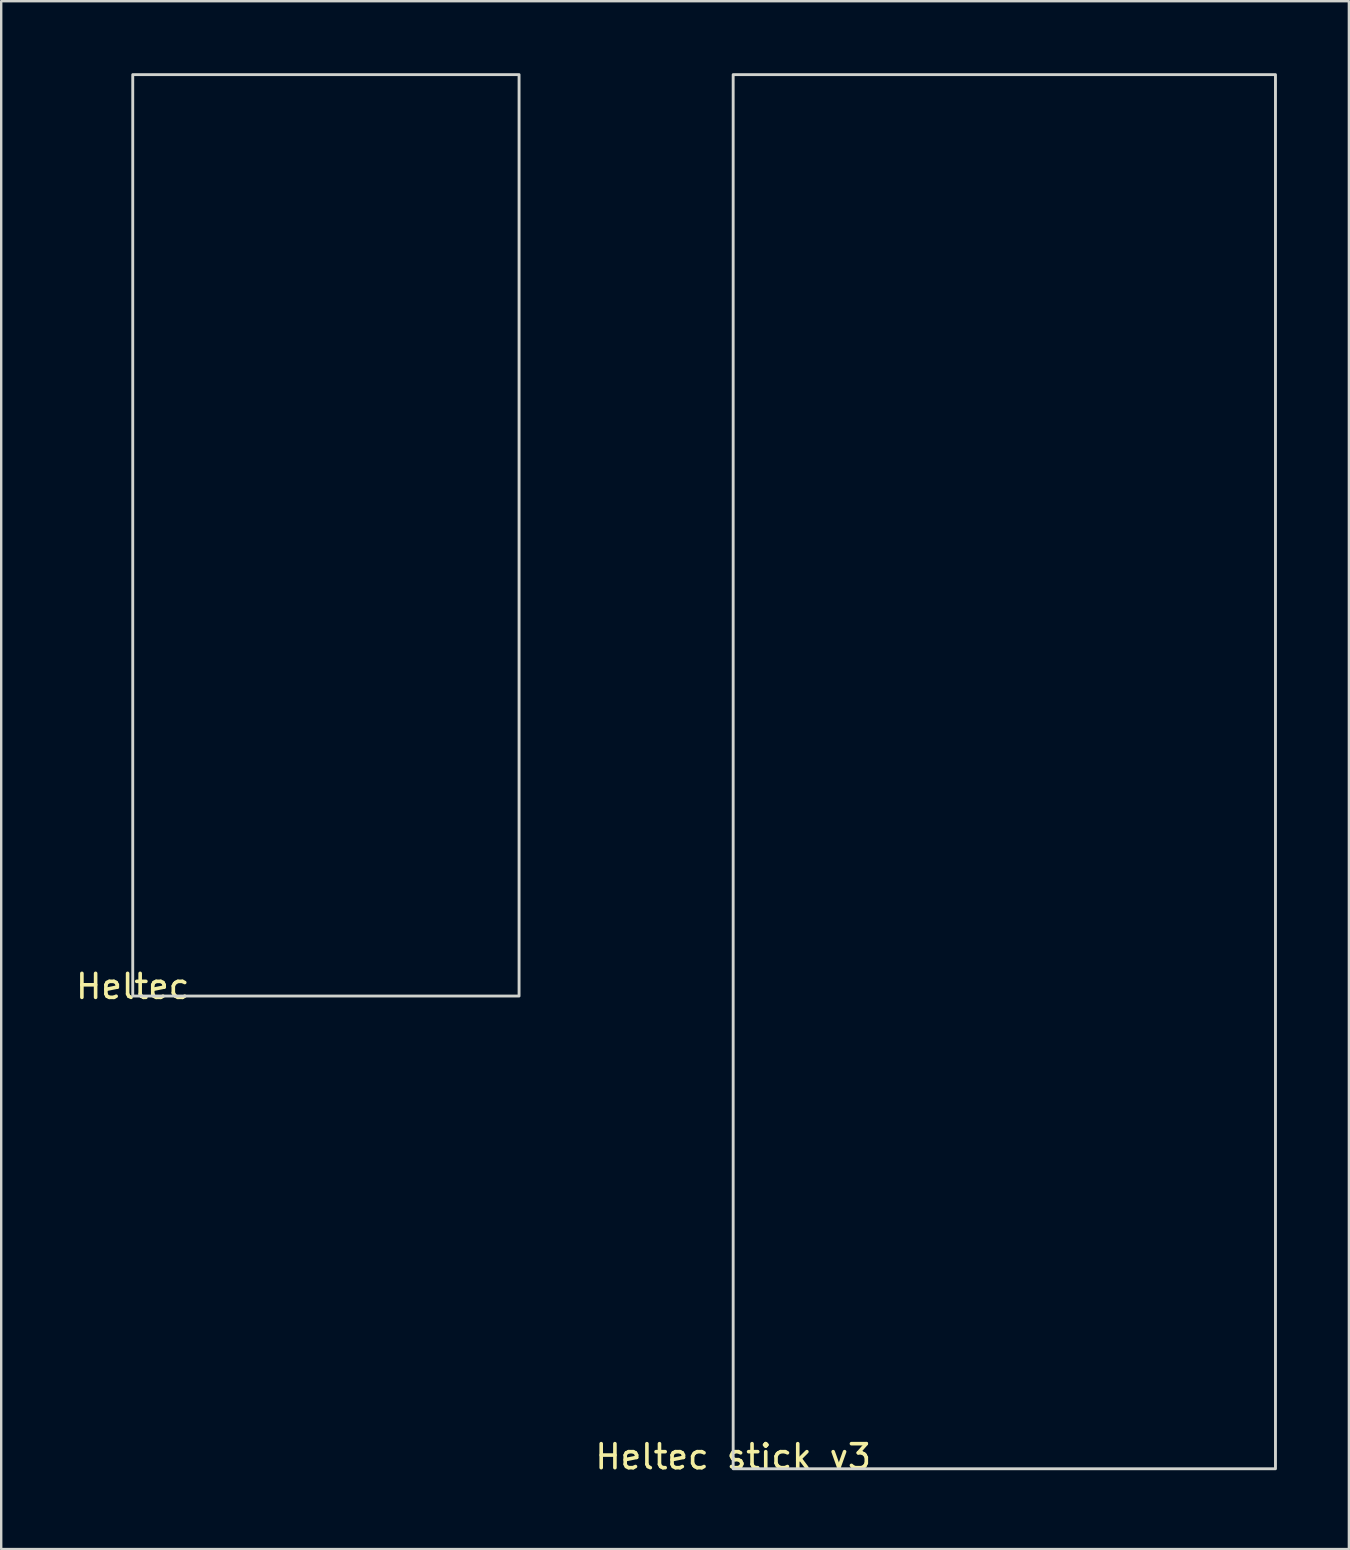
<source format=kicad_pcb>
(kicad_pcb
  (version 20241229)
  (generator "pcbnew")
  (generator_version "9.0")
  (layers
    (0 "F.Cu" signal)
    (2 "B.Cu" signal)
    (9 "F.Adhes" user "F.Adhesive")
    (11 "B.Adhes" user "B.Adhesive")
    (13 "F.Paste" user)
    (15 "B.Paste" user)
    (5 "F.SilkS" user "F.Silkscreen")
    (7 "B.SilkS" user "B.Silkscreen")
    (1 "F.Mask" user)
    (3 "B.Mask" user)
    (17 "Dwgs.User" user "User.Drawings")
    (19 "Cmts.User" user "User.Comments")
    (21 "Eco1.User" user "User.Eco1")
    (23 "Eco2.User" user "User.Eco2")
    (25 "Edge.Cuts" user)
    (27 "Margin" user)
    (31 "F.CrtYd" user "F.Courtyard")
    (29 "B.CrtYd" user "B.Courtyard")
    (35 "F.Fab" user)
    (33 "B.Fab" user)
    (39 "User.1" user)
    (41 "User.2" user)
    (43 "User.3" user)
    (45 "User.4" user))
  (footprint "Heltec"
    (layer "F.Cu")
    (at 2.482 38.56)
    (property "Reference" "Heltec" (at 0 -0.5 0) (unlocked yes) (layer "F.SilkS") (effects (font (size 1 1) (thickness 0.15))))
    (attr through_hole)
    (fp_rect (start 0 -0.1) (end 16.1 -38.5) (stroke (width 0.12) (type solid)) (fill no) (layer "Edge.Cuts")))
  (footprint "Heltec stick v3"
    (layer "F.Cu")
    (at 27.505 58.16)
    (property "Reference" "Heltec stick v3" (at 0 -0.5 0) (unlocked yes) (layer "F.SilkS") (effects (font (size 1 1) (thickness 0.15))))
    (attr through_hole)
    (fp_rect (start 0 0) (end 22.6 -58.1) (stroke (width 0.12) (type solid)) (fill no) (layer "Edge.Cuts")))
  (gr_rect
    (start -3 -3)
    (end 53.165 61.508)
    (stroke (width 0.1) (type default))
    (fill no)
    (layer "Edge.Cuts")))
</source>
